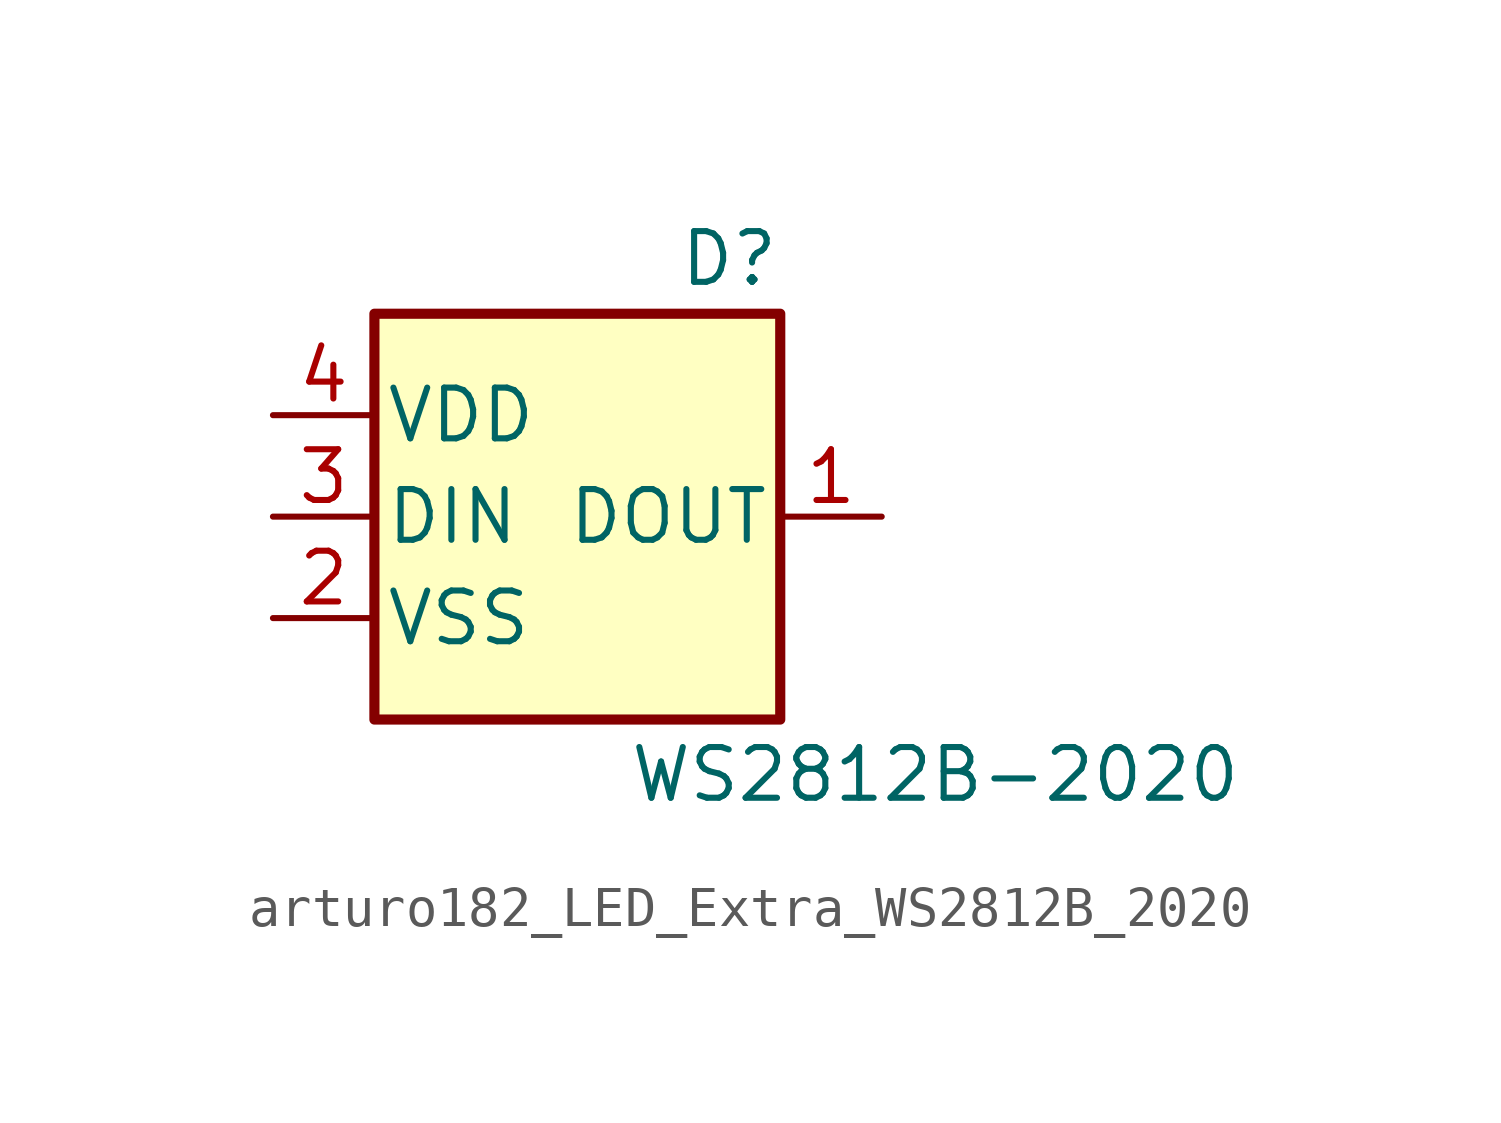
<source format=kicad_sym>
(kicad_symbol_lib
  (version 20220914)
  (generator kicad_symbol_editor)
  (symbol "arturo182_LED_Extra_WS2812B_2020"
    (pin_names
      (offset 0.254))
    (property "Reference" "D"
      (at 5.08 5.715 0)
      (effects (font (size 1.27 1.27)) (justify right bottom)))
    (property "Value" "WS2812B-2020"
      (at 1.27 -5.715 0)
      (effects (font (size 1.27 1.27)) (justify left top)))
    (symbol "arturo182_LED_Extra_WS2812B_2020_0_1"
      (rectangle (start -5.08 5.08) (end 5.08 -5.08) (stroke (width 0.254) (type default)) (fill (type background))))
    (symbol "arturo182_LED_Extra_WS2812B_2020_1_1"
      (pin output line (at 7.62 0 180) (length 2.54) (name "DOUT" (effects (font (size 1.27 1.27)))) (number "1" (effects (font (size 1.27 1.27)))))
      (pin power_in line (at -7.62 -2.54 0) (length 2.54) (name "VSS" (effects (font (size 1.27 1.27)))) (number "2" (effects (font (size 1.27 1.27)))))
      (pin input line (at -7.62 0 0) (length 2.54) (name "DIN" (effects (font (size 1.27 1.27)))) (number "3" (effects (font (size 1.27 1.27)))))
      (pin power_in line (at -7.62 2.54 0) (length 2.54) (name "VDD" (effects (font (size 1.27 1.27)))) (number "4" (effects (font (size 1.27 1.27))))))))
</source>
